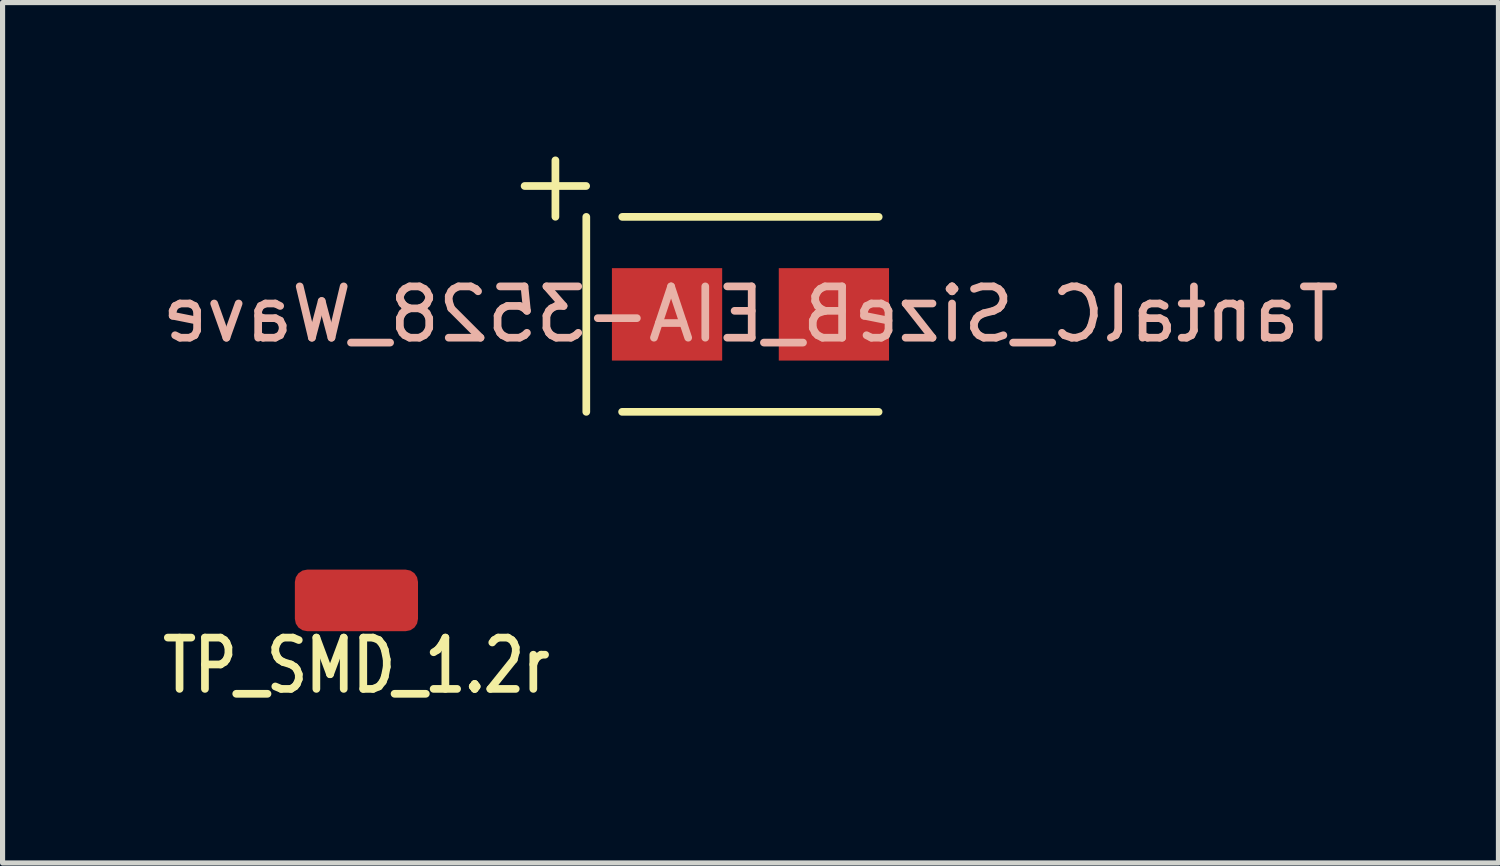
<source format=kicad_pcb>
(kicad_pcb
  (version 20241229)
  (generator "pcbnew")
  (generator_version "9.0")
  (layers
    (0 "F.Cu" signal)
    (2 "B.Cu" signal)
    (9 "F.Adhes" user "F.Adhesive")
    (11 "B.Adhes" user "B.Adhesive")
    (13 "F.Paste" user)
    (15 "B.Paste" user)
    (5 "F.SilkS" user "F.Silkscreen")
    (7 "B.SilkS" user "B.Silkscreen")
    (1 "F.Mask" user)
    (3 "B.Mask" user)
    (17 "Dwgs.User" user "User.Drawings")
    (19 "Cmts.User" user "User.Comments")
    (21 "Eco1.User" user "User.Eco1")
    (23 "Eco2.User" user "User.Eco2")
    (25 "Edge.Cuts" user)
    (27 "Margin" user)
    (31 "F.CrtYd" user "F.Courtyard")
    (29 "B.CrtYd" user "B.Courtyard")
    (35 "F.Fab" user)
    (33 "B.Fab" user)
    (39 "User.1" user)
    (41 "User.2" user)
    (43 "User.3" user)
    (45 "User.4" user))
  (footprint "TantalC_SizeB_EIA-3528_Wave"
    (layer "F.Cu")
    (at 11.577 3.077)
    (property "Reference" "TantalC_SizeB_EIA-3528_Wave" (at 0 0 0) (layer "B.SilkS") (effects (font (size 1 1) (thickness 0.15)) (justify mirror)))
    (attr smd)
    (fp_line (start -4.402 -2.502) (end -3.203 -2.502) (stroke (width 0.15) (type solid)) (layer "F.SilkS"))
    (fp_line (start -3.802 -3.002) (end -3.802 -1.902) (stroke (width 0.15) (type solid)) (layer "F.SilkS"))
    (fp_line (start -3.2 -1.9) (end -3.2 1.9) (stroke (width 0.15) (type solid)) (layer "F.SilkS"))
    (fp_line (start 2.497 1.9) (end -2.502 1.9) (stroke (width 0.15) (type solid)) (layer "F.SilkS"))
    (fp_line (start 2.499 -1.9) (end -2.499 -1.9) (stroke (width 0.15) (type solid)) (layer "F.SilkS"))
    (pad "1" smd rect (at -1.626 0) (size 2.149 1.801) (layers "F.Cu" "F.Mask" "F.Paste"))
    (pad "2" smd rect (at 1.626 0) (size 2.149 1.801) (layers "F.Cu" "F.Mask" "F.Paste")))
  (footprint "TP_SMD_1.2r"
    (layer "F.Cu")
    (at 3.897 8.652)
    (property "Reference" "TP_SMD_1.2r" (at 0 1.27 0) (layer "F.SilkS") (effects (font (size 1 0.8) (thickness 0.15))))
    (attr through_hole)
    (pad "1" smd roundrect (at 0 0) (size 2.4 1.2) (layers "F.Cu" "F.Mask") (roundrect_rratio 0.2)))
  (gr_rect
    (start -3 -3)
    (end 26.155 13.77)
    (stroke (width 0.1) (type default))
    (fill no)
    (layer "Edge.Cuts")))
</source>
